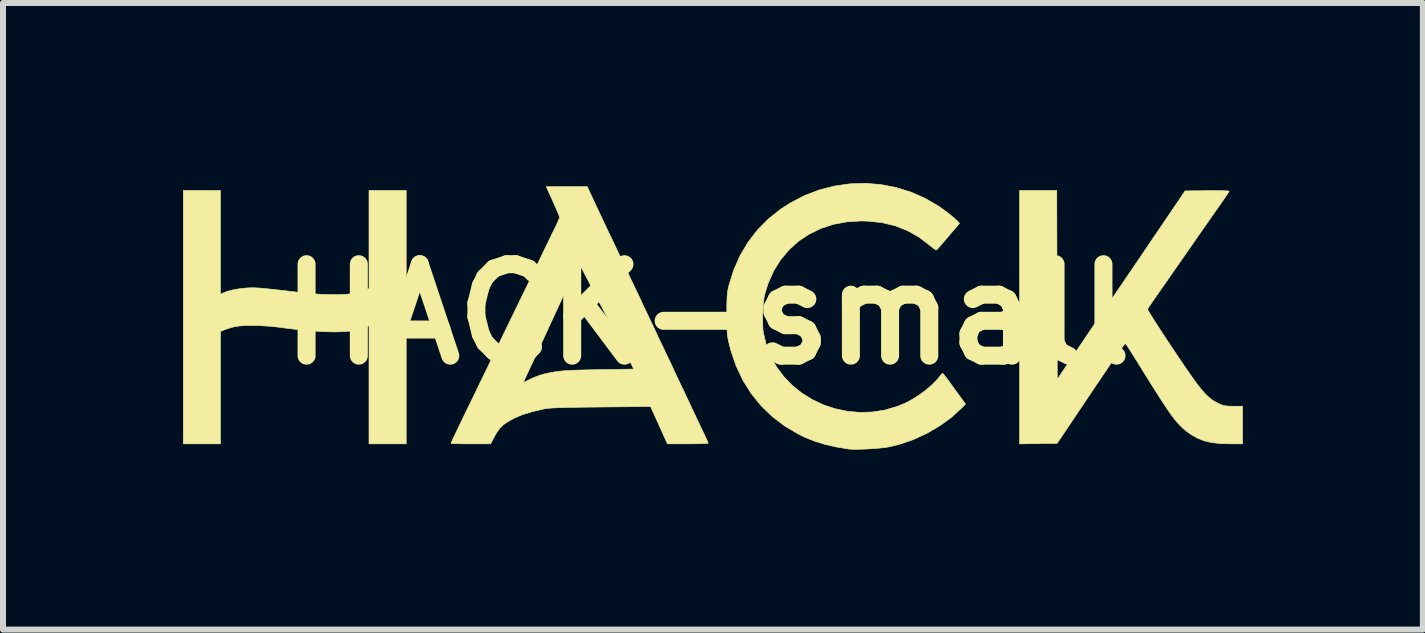
<source format=kicad_pcb>
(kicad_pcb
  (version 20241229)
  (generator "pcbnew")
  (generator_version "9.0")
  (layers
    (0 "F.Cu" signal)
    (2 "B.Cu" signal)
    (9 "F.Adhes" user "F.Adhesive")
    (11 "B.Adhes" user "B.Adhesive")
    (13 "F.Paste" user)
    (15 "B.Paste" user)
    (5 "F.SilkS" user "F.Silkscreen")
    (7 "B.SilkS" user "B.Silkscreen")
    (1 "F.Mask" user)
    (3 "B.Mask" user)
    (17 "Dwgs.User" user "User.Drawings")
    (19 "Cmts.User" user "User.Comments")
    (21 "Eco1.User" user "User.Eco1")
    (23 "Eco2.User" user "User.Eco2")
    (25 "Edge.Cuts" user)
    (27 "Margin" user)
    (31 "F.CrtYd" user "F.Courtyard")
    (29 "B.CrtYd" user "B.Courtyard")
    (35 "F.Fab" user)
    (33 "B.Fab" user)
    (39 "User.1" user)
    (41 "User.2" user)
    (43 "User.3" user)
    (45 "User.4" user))
  (footprint "HACK-small"
    (layer "F.Cu")
    (at 8.736 2.188)
    (property "Reference" "HACK-small" (at 0 0 0) (layer "F.SilkS") (effects (font (size 1.524 1.524) (thickness 0.3))))
    (attr through_hole)
    (fp_poly (pts (xy -8.112 -0.333) (xy -8.068 -0.355) (xy -7.997 -0.383) (xy -7.902 -0.407) (xy -7.794 -0.426) (xy -7.681 -0.438) (xy -7.668 -0.439) (xy -7.623 -0.441) (xy -7.578 -0.442) (xy -7.529 -0.441) (xy -7.472 -0.438) (xy -7.404 -0.432) (xy -7.322 -0.424) (xy -7.221 -0.414) (xy -7.099 -0.4) (xy -6.952 -0.383) (xy -6.795 -0.364) (xy -6.624 -0.346) (xy -6.457 -0.334) (xy -6.297 -0.328) (xy -6.151 -0.327) (xy -6.022 -0.333) (xy -5.915 -0.344) (xy -5.858 -0.356) (xy -5.792 -0.374) (xy -5.732 -0.392) (xy -5.689 -0.407) (xy -5.687 -0.408) (xy -5.636 -0.429) (xy -5.636 -2.064) (xy -5.016 -2.064) (xy -5.016 2.159) (xy -5.636 2.159) (xy -5.636 0.19) (xy -5.679 0.212) (xy -5.773 0.248) (xy -5.894 0.274) (xy -6.041 0.289) (xy -6.216 0.294) (xy -6.418 0.288) (xy -6.65 0.272) (xy -6.91 0.245) (xy -7.176 0.211) (xy -7.264 0.201) (xy -7.371 0.194) (xy -7.483 0.188) (xy -7.587 0.186) (xy -7.588 0.186) (xy -7.704 0.188) (xy -7.797 0.195) (xy -7.878 0.207) (xy -7.956 0.228) (xy -8.042 0.257) (xy -8.068 0.268) (xy -8.112 0.285) (xy -8.112 2.159) (xy -8.731 2.159) (xy -8.731 -2.064) (xy -8.112 -2.064) (xy -8.112 -0.333)) (stroke (width 0.01) (type solid)) (fill yes) (layer "F.SilkS"))
    (fp_poly (pts (xy 5.834 1.084) (xy 5.987 0.856) (xy 6.093 0.699) (xy 6.216 0.518) (xy 6.356 0.31) (xy 6.515 0.077) (xy 6.692 -0.182) (xy 6.763 -0.286) (xy 6.824 -0.375) (xy 6.884 -0.463) (xy 6.944 -0.551) (xy 7.007 -0.644) (xy 7.075 -0.743) (xy 7.149 -0.852) (xy 7.231 -0.973) (xy 7.323 -1.109) (xy 7.427 -1.263) (xy 7.545 -1.437) (xy 7.679 -1.634) (xy 7.693 -1.655) (xy 7.965 -2.056) (xy 8.332 -2.06) (xy 8.436 -2.061) (xy 8.529 -2.06) (xy 8.606 -2.059) (xy 8.662 -2.057) (xy 8.694 -2.054) (xy 8.699 -2.052) (xy 8.69 -2.035) (xy 8.666 -1.998) (xy 8.63 -1.945) (xy 8.586 -1.881) (xy 8.57 -1.857) (xy 8.531 -1.802) (xy 8.478 -1.727) (xy 8.41 -1.63) (xy 8.328 -1.512) (xy 8.229 -1.371) (xy 8.115 -1.207) (xy 7.985 -1.02) (xy 7.837 -0.808) (xy 7.673 -0.572) (xy 7.49 -0.31) (xy 7.457 -0.262) (xy 7.413 -0.199) (xy 7.377 -0.145) (xy 7.351 -0.105) (xy 7.339 -0.085) (xy 7.339 -0.085) (xy 7.346 -0.068) (xy 7.369 -0.028) (xy 7.407 0.033) (xy 7.457 0.113) (xy 7.519 0.208) (xy 7.59 0.317) (xy 7.668 0.437) (xy 7.753 0.564) (xy 7.76 0.574) (xy 7.873 0.743) (xy 7.971 0.888) (xy 8.056 1.01) (xy 8.129 1.113) (xy 8.193 1.198) (xy 8.249 1.267) (xy 8.299 1.324) (xy 8.345 1.369) (xy 8.388 1.406) (xy 8.432 1.437) (xy 8.477 1.464) (xy 8.505 1.478) (xy 8.556 1.503) (xy 8.598 1.519) (xy 8.642 1.527) (xy 8.696 1.531) (xy 8.766 1.532) (xy 8.922 1.532) (xy 8.922 2.159) (xy 8.717 2.159) (xy 8.551 2.154) (xy 8.41 2.138) (xy 8.287 2.11) (xy 8.176 2.067) (xy 8.071 2.008) (xy 8.003 1.96) (xy 7.958 1.925) (xy 7.915 1.887) (xy 7.873 1.845) (xy 7.829 1.797) (xy 7.782 1.739) (xy 7.73 1.67) (xy 7.672 1.587) (xy 7.606 1.487) (xy 7.53 1.37) (xy 7.441 1.231) (xy 7.34 1.069) (xy 7.263 0.945) (xy 7.197 0.839) (xy 7.136 0.741) (xy 7.082 0.655) (xy 7.037 0.584) (xy 7.003 0.532) (xy 6.982 0.501) (xy 6.978 0.495) (xy 6.974 0.492) (xy 6.97 0.492) (xy 6.964 0.495) (xy 6.954 0.504) (xy 6.941 0.519) (xy 6.923 0.542) (xy 6.899 0.574) (xy 6.868 0.618) (xy 6.829 0.674) (xy 6.781 0.743) (xy 6.723 0.828) (xy 6.654 0.93) (xy 6.573 1.049) (xy 6.479 1.188) (xy 6.371 1.348) (xy 6.249 1.531) (xy 6.11 1.737) (xy 5.992 1.913) (xy 5.832 2.151) (xy 5.52 2.155) (xy 5.207 2.16) (xy 5.207 -2.064) (xy 5.826 -2.064) (xy 5.834 1.084)) (stroke (width 0.01) (type solid)) (fill yes) (layer "F.SilkS"))
    (fp_poly (pts (xy 2.891 -2.163) (xy 3.144 -2.114) (xy 3.392 -2.038) (xy 3.63 -1.934) (xy 3.857 -1.802) (xy 4.017 -1.686) (xy 4.073 -1.64) (xy 4.124 -1.597) (xy 4.16 -1.564) (xy 4.17 -1.554) (xy 4.205 -1.516) (xy 4.023 -1.302) (xy 3.963 -1.231) (xy 3.909 -1.169) (xy 3.866 -1.119) (xy 3.837 -1.086) (xy 3.826 -1.073) (xy 3.808 -1.076) (xy 3.773 -1.098) (xy 3.725 -1.136) (xy 3.712 -1.147) (xy 3.531 -1.285) (xy 3.339 -1.394) (xy 3.133 -1.475) (xy 2.913 -1.528) (xy 2.677 -1.553) (xy 2.574 -1.556) (xy 2.334 -1.542) (xy 2.107 -1.5) (xy 1.895 -1.431) (xy 1.7 -1.336) (xy 1.522 -1.218) (xy 1.364 -1.075) (xy 1.225 -0.91) (xy 1.109 -0.724) (xy 1.016 -0.517) (xy 0.959 -0.333) (xy 0.946 -0.263) (xy 0.935 -0.171) (xy 0.928 -0.064) (xy 0.924 0.046) (xy 0.925 0.153) (xy 0.929 0.246) (xy 0.935 0.301) (xy 0.983 0.506) (xy 1.057 0.699) (xy 1.156 0.877) (xy 1.277 1.039) (xy 1.418 1.185) (xy 1.576 1.312) (xy 1.749 1.42) (xy 1.934 1.508) (xy 2.129 1.573) (xy 2.332 1.616) (xy 2.54 1.635) (xy 2.75 1.629) (xy 2.961 1.596) (xy 3.169 1.535) (xy 3.302 1.48) (xy 3.416 1.42) (xy 3.533 1.345) (xy 3.647 1.261) (xy 3.749 1.173) (xy 3.832 1.088) (xy 3.858 1.058) (xy 3.889 1.018) (xy 3.914 0.992) (xy 3.924 0.985) (xy 3.931 0.99) (xy 3.945 1.006) (xy 3.969 1.036) (xy 4.004 1.082) (xy 4.051 1.146) (xy 4.112 1.231) (xy 4.19 1.338) (xy 4.236 1.401) (xy 4.304 1.496) (xy 4.252 1.551) (xy 4.078 1.712) (xy 3.88 1.856) (xy 3.664 1.983) (xy 3.435 2.088) (xy 3.199 2.169) (xy 3.033 2.209) (xy 2.963 2.22) (xy 2.873 2.23) (xy 2.77 2.239) (xy 2.663 2.245) (xy 2.559 2.249) (xy 2.466 2.25) (xy 2.391 2.248) (xy 2.357 2.245) (xy 2.151 2.211) (xy 1.968 2.17) (xy 1.802 2.119) (xy 1.644 2.057) (xy 1.523 1.998) (xy 1.292 1.862) (xy 1.083 1.703) (xy 0.897 1.522) (xy 0.734 1.321) (xy 0.595 1.1) (xy 0.482 0.86) (xy 0.394 0.602) (xy 0.368 0.502) (xy 0.354 0.439) (xy 0.343 0.384) (xy 0.336 0.331) (xy 0.331 0.272) (xy 0.328 0.201) (xy 0.327 0.112) (xy 0.327 -0.002) (xy 0.327 -0.008) (xy 0.327 -0.126) (xy 0.329 -0.218) (xy 0.332 -0.291) (xy 0.337 -0.349) (xy 0.344 -0.401) (xy 0.355 -0.451) (xy 0.361 -0.478) (xy 0.442 -0.737) (xy 0.548 -0.978) (xy 0.681 -1.201) (xy 0.838 -1.405) (xy 1.021 -1.59) (xy 1.229 -1.755) (xy 1.381 -1.853) (xy 1.618 -1.977) (xy 1.865 -2.072) (xy 2.118 -2.137) (xy 2.375 -2.174) (xy 2.633 -2.183) (xy 2.891 -2.163)) (stroke (width 0.01) (type solid)) (fill yes) (layer "F.SilkS"))
    (fp_poly (pts (xy -1.938 -1.996) (xy -1.873 -1.856) (xy -1.8 -1.701) (xy -1.724 -1.539) (xy -1.648 -1.379) (xy -1.576 -1.229) (xy -1.513 -1.096) (xy -1.498 -1.065) (xy -1.46 -0.985) (xy -1.427 -0.915) (xy -1.401 -0.861) (xy -1.385 -0.826) (xy -1.381 -0.816) (xy -1.375 -0.801) (xy -1.356 -0.762) (xy -1.328 -0.703) (xy -1.292 -0.628) (xy -1.251 -0.541) (xy -1.238 -0.515) (xy -1.196 -0.426) (xy -1.158 -0.347) (xy -1.127 -0.283) (xy -1.106 -0.238) (xy -1.096 -0.215) (xy -1.095 -0.214) (xy -1.089 -0.199) (xy -1.071 -0.159) (xy -1.043 -0.1) (xy -1.007 -0.026) (xy -0.967 0.059) (xy -0.96 0.072) (xy -0.919 0.158) (xy -0.883 0.234) (xy -0.854 0.296) (xy -0.834 0.338) (xy -0.826 0.357) (xy -0.826 0.357) (xy -0.819 0.372) (xy -0.801 0.411) (xy -0.773 0.47) (xy -0.737 0.544) (xy -0.697 0.63) (xy -0.691 0.642) (xy -0.649 0.729) (xy -0.613 0.805) (xy -0.584 0.867) (xy -0.564 0.909) (xy -0.556 0.928) (xy -0.556 0.929) (xy -0.549 0.944) (xy -0.531 0.983) (xy -0.504 1.041) (xy -0.469 1.113) (xy -0.439 1.177) (xy -0.396 1.265) (xy -0.356 1.351) (xy -0.32 1.426) (xy -0.293 1.484) (xy -0.282 1.508) (xy -0.259 1.558) (xy -0.226 1.626) (xy -0.189 1.705) (xy -0.155 1.778) (xy -0.102 1.889) (xy -0.061 1.975) (xy -0.031 2.039) (xy -0.01 2.085) (xy 0.004 2.115) (xy 0.012 2.134) (xy 0.015 2.144) (xy 0.016 2.149) (xy 0.001 2.152) (xy -0.041 2.154) (xy -0.106 2.157) (xy -0.189 2.158) (xy -0.285 2.159) (xy -0.324 2.159) (xy -0.663 2.159) (xy -0.803 1.848) (xy -0.944 1.537) (xy -1.77 1.545) (xy -1.964 1.547) (xy -2.129 1.549) (xy -2.269 1.551) (xy -2.384 1.554) (xy -2.479 1.557) (xy -2.556 1.56) (xy -2.617 1.564) (xy -2.666 1.569) (xy -2.704 1.574) (xy -2.72 1.577) (xy -2.916 1.623) (xy -3.084 1.675) (xy -3.226 1.735) (xy -3.346 1.805) (xy -3.394 1.84) (xy -3.451 1.894) (xy -3.501 1.961) (xy -3.542 2.031) (xy -3.61 2.159) (xy -3.94 2.159) (xy -4.039 2.159) (xy -4.125 2.158) (xy -4.196 2.156) (xy -4.245 2.154) (xy -4.269 2.152) (xy -4.27 2.151) (xy -4.265 2.138) (xy -4.25 2.104) (xy -4.224 2.048) (xy -4.186 1.969) (xy -4.137 1.866) (xy -4.075 1.737) (xy -4 1.582) (xy -3.929 1.437) (xy -3.814 1.199) (xy -3.783 1.135) (xy -3.064 1.135) (xy -3.051 1.131) (xy -3.016 1.115) (xy -2.966 1.09) (xy -2.948 1.081) (xy -2.874 1.048) (xy -2.792 1.017) (xy -2.721 0.996) (xy -2.651 0.98) (xy -2.584 0.967) (xy -2.516 0.956) (xy -2.443 0.947) (xy -2.36 0.94) (xy -2.263 0.935) (xy -2.149 0.93) (xy -2.012 0.927) (xy -1.848 0.923) (xy -1.806 0.923) (xy -1.223 0.913) (xy -1.243 0.873) (xy -1.256 0.849) (xy -1.281 0.8) (xy -1.316 0.732) (xy -1.36 0.648) (xy -1.409 0.552) (xy -1.461 0.452) (xy -1.521 0.335) (xy -1.585 0.212) (xy -1.648 0.09) (xy -1.707 -0.023) (xy -1.756 -0.12) (xy -1.781 -0.167) (xy -1.834 -0.27) (xy -1.894 -0.387) (xy -1.954 -0.504) (xy -2.008 -0.608) (xy -2.02 -0.63) (xy -2.059 -0.706) (xy -2.094 -0.769) (xy -2.121 -0.816) (xy -2.139 -0.842) (xy -2.144 -0.845) (xy -2.153 -0.828) (xy -2.174 -0.786) (xy -2.204 -0.723) (xy -2.242 -0.642) (xy -2.286 -0.548) (xy -2.334 -0.445) (xy -2.338 -0.437) (xy -2.442 -0.211) (xy -2.533 -0.013) (xy -2.614 0.161) (xy -2.683 0.312) (xy -2.743 0.442) (xy -2.794 0.552) (xy -2.838 0.646) (xy -2.875 0.725) (xy -2.905 0.791) (xy -2.931 0.846) (xy -2.952 0.892) (xy -2.97 0.931) (xy -2.986 0.965) (xy -2.994 0.982) (xy -3.023 1.044) (xy -3.046 1.095) (xy -3.06 1.127) (xy -3.064 1.135) (xy -3.783 1.135) (xy -3.712 0.99) (xy -3.624 0.807) (xy -3.547 0.649) (xy -3.483 0.515) (xy -3.445 0.437) (xy -3.41 0.364) (xy -3.365 0.27) (xy -3.313 0.163) (xy -3.258 0.05) (xy -3.204 -0.061) (xy -3.191 -0.087) (xy -3.118 -0.237) (xy -3.049 -0.379) (xy -2.981 -0.519) (xy -2.91 -0.667) (xy -2.833 -0.828) (xy -2.745 -1.01) (xy -2.739 -1.024) (xy -2.697 -1.11) (xy -2.648 -1.211) (xy -2.598 -1.315) (xy -2.558 -1.396) (xy -2.522 -1.47) (xy -2.493 -1.534) (xy -2.472 -1.583) (xy -2.461 -1.611) (xy -2.461 -1.614) (xy -2.465 -1.633) (xy -2.48 -1.673) (xy -2.506 -1.735) (xy -2.544 -1.822) (xy -2.594 -1.934) (xy -2.633 -2.02) (xy -2.682 -2.127) (xy -1.999 -2.127) (xy -1.938 -1.996)) (stroke (width 0.01) (type solid)) (fill yes) (layer "F.SilkS")))
  (gr_rect
    (start -3 -3)
    (end 20.663 7.443)
    (stroke (width 0.1) (type default))
    (fill no)
    (layer "Edge.Cuts")))
</source>
